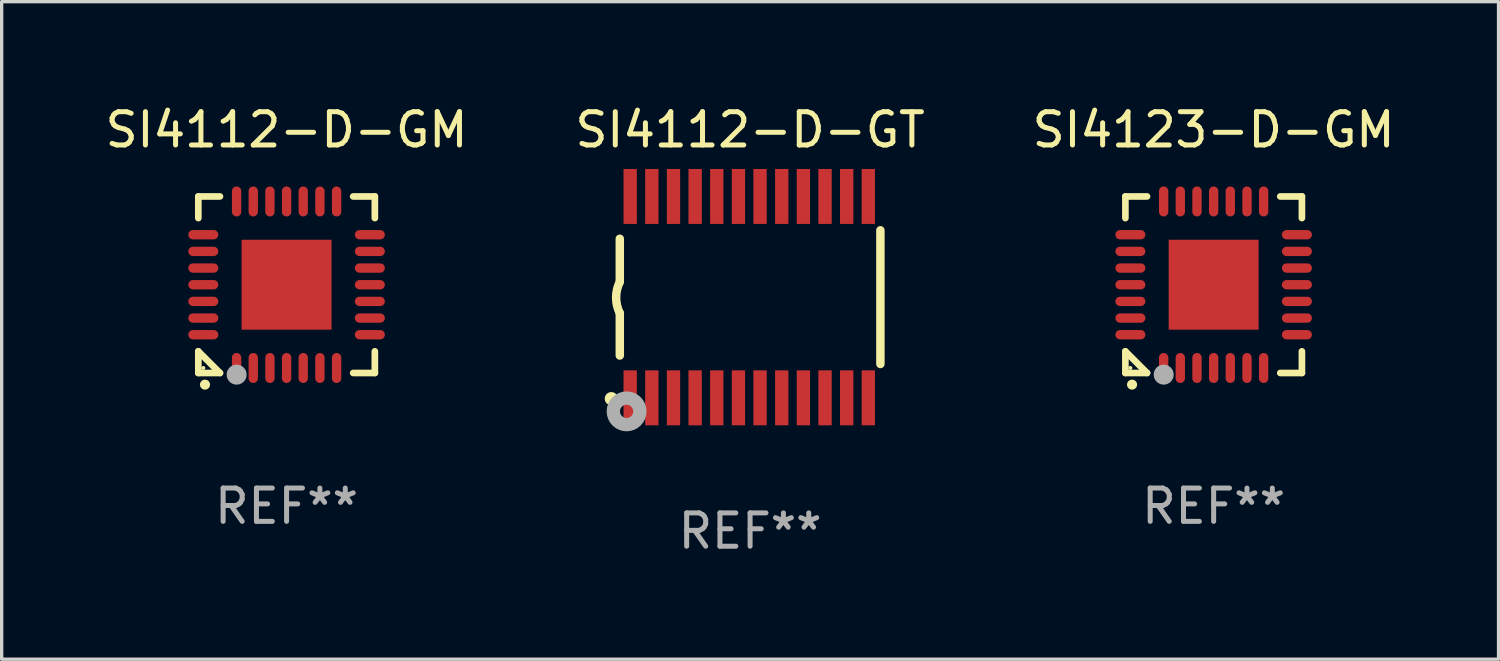
<source format=kicad_pcb>
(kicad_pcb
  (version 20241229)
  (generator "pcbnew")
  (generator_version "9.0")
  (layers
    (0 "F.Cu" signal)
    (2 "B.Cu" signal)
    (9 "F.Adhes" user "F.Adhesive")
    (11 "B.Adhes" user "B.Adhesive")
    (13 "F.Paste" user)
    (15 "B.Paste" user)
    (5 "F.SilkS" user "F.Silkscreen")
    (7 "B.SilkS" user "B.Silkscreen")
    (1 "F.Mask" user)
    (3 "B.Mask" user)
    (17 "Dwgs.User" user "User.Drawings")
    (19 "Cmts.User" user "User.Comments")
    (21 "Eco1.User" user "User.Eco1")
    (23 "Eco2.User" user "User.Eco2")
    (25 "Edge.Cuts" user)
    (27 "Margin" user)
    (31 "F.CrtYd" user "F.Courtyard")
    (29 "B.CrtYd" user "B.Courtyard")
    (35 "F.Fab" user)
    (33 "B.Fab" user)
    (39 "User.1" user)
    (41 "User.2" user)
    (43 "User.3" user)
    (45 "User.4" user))
  (footprint "SI4112-D-GM"
    (layer "F.Cu")
    (at 5.554 5.498)
    (property "Reference" "SI4112-D-GM" (at 0 -4.65 0) (layer "F.SilkS") (effects (font (size 1 1) (thickness 0.15))))
    (attr through_hole)
    (fp_line (start -2.65 -2.65) (end -2.65 -2) (stroke (width 0.2) (type solid)) (layer "F.SilkS"))
    (fp_line (start -2.65 2) (end -2 2.65) (stroke (width 0.2) (type solid)) (layer "F.SilkS"))
    (fp_line (start -2.65 2.65) (end -2.65 2) (stroke (width 0.2) (type solid)) (layer "F.SilkS"))
    (fp_line (start -2 -2.65) (end -2.65 -2.65) (stroke (width 0.2) (type solid)) (layer "F.SilkS"))
    (fp_line (start -2 2.65) (end -2.65 2.65) (stroke (width 0.2) (type solid)) (layer "F.SilkS"))
    (fp_line (start 2 2.65) (end 2.65 2.65) (stroke (width 0.2) (type solid)) (layer "F.SilkS"))
    (fp_line (start 2.65 -2.65) (end 2 -2.65) (stroke (width 0.2) (type solid)) (layer "F.SilkS"))
    (fp_line (start 2.65 -2) (end 2.65 -2.65) (stroke (width 0.2) (type solid)) (layer "F.SilkS"))
    (fp_line (start 2.65 2.65) (end 2.65 2) (stroke (width 0.2) (type solid)) (layer "F.SilkS"))
    (fp_arc (start -2.451105 2.999746) (mid -2.449835 2.999741) (end -2.448565 2.999746) (stroke (width 0.3) (type solid)) (layer "F.SilkS"))
    (fp_circle (center -2.5 2.5) (end -2.47 2.5) (stroke (width 0.06) (type solid)) (fill no) (layer "F.SilkS"))
    (fp_circle (center -1.5 2.7) (end -1.35 2.7) (stroke (width 0.3) (type solid)) (fill no) (layer "F.Fab"))
    (fp_text user "REF**" (at 0 6.65 0) (layer "F.Fab") (effects (font (size 1 1) (thickness 0.15))))
    (pad "1" smd oval (at -1.501 2.5 180) (size 0.28 0.9) (layers "F.Cu" "F.Mask" "F.Paste"))
    (pad "2" smd oval (at -1.001 2.5 180) (size 0.28 0.9) (layers "F.Cu" "F.Mask" "F.Paste"))
    (pad "3" smd oval (at -0.5 2.5 180) (size 0.28 0.9) (layers "F.Cu" "F.Mask" "F.Paste"))
    (pad "4" smd oval (at 0 2.5 180) (size 0.28 0.9) (layers "F.Cu" "F.Mask" "F.Paste"))
    (pad "5" smd oval (at 0.5 2.5 180) (size 0.28 0.9) (layers "F.Cu" "F.Mask" "F.Paste"))
    (pad "6" smd oval (at 1.001 2.5 180) (size 0.28 0.9) (layers "F.Cu" "F.Mask" "F.Paste"))
    (pad "7" smd oval (at 1.501 2.5 180) (size 0.28 0.9) (layers "F.Cu" "F.Mask" "F.Paste"))
    (pad "8" smd oval (at 2.5 1.501 90) (size 0.28 0.9) (layers "F.Cu" "F.Mask" "F.Paste"))
    (pad "9" smd oval (at 2.5 1.001 90) (size 0.28 0.9) (layers "F.Cu" "F.Mask" "F.Paste"))
    (pad "10" smd oval (at 2.5 0.5 90) (size 0.28 0.9) (layers "F.Cu" "F.Mask" "F.Paste"))
    (pad "11" smd oval (at 2.5 0 90) (size 0.28 0.9) (layers "F.Cu" "F.Mask" "F.Paste"))
    (pad "12" smd oval (at 2.5 -0.5 90) (size 0.28 0.9) (layers "F.Cu" "F.Mask" "F.Paste"))
    (pad "13" smd oval (at 2.5 -1.001 90) (size 0.28 0.9) (layers "F.Cu" "F.Mask" "F.Paste"))
    (pad "14" smd oval (at 2.5 -1.501 90) (size 0.28 0.9) (layers "F.Cu" "F.Mask" "F.Paste"))
    (pad "15" smd oval (at 1.501 -2.5 180) (size 0.28 0.9) (layers "F.Cu" "F.Mask" "F.Paste"))
    (pad "16" smd oval (at 1.001 -2.5 180) (size 0.28 0.9) (layers "F.Cu" "F.Mask" "F.Paste"))
    (pad "17" smd oval (at 0.5 -2.5 180) (size 0.28 0.9) (layers "F.Cu" "F.Mask" "F.Paste"))
    (pad "18" smd oval (at 0 -2.5 180) (size 0.28 0.9) (layers "F.Cu" "F.Mask" "F.Paste"))
    (pad "19" smd oval (at -0.5 -2.5 180) (size 0.28 0.9) (layers "F.Cu" "F.Mask" "F.Paste"))
    (pad "20" smd oval (at -1.001 -2.5 180) (size 0.28 0.9) (layers "F.Cu" "F.Mask" "F.Paste"))
    (pad "21" smd oval (at -1.501 -2.5 180) (size 0.28 0.9) (layers "F.Cu" "F.Mask" "F.Paste"))
    (pad "22" smd oval (at -2.5 -1.501 90) (size 0.28 0.9) (layers "F.Cu" "F.Mask" "F.Paste"))
    (pad "23" smd oval (at -2.5 -1.001 90) (size 0.28 0.9) (layers "F.Cu" "F.Mask" "F.Paste"))
    (pad "24" smd oval (at -2.5 -0.5 90) (size 0.28 0.9) (layers "F.Cu" "F.Mask" "F.Paste"))
    (pad "25" smd oval (at -2.5 0 90) (size 0.28 0.9) (layers "F.Cu" "F.Mask" "F.Paste"))
    (pad "26" smd oval (at -2.5 0.5 90) (size 0.28 0.9) (layers "F.Cu" "F.Mask" "F.Paste"))
    (pad "27" smd oval (at -2.5 1.001 90) (size 0.28 0.9) (layers "F.Cu" "F.Mask" "F.Paste"))
    (pad "28" smd oval (at -2.5 1.501 90) (size 0.28 0.9) (layers "F.Cu" "F.Mask" "F.Paste"))
    (pad "29" smd rect (at 0 0 90) (size 2.7 2.7) (layers "F.Cu" "F.Mask" "F.Paste")))
  (footprint "SI4123-D-GM"
    (layer "F.Cu")
    (at 33.387 5.498)
    (property "Reference" "SI4123-D-GM" (at 0 -4.65 0) (layer "F.SilkS") (effects (font (size 1 1) (thickness 0.15))))
    (attr through_hole)
    (fp_line (start -2.65 -2.65) (end -2.65 -2) (stroke (width 0.2) (type solid)) (layer "F.SilkS"))
    (fp_line (start -2.65 2) (end -2 2.65) (stroke (width 0.2) (type solid)) (layer "F.SilkS"))
    (fp_line (start -2.65 2.65) (end -2.65 2) (stroke (width 0.2) (type solid)) (layer "F.SilkS"))
    (fp_line (start -2 -2.65) (end -2.65 -2.65) (stroke (width 0.2) (type solid)) (layer "F.SilkS"))
    (fp_line (start -2 2.65) (end -2.65 2.65) (stroke (width 0.2) (type solid)) (layer "F.SilkS"))
    (fp_line (start 2 2.65) (end 2.65 2.65) (stroke (width 0.2) (type solid)) (layer "F.SilkS"))
    (fp_line (start 2.65 -2.65) (end 2 -2.65) (stroke (width 0.2) (type solid)) (layer "F.SilkS"))
    (fp_line (start 2.65 -2) (end 2.65 -2.65) (stroke (width 0.2) (type solid)) (layer "F.SilkS"))
    (fp_line (start 2.65 2.65) (end 2.65 2) (stroke (width 0.2) (type solid)) (layer "F.SilkS"))
    (fp_arc (start -2.451105 2.999746) (mid -2.449835 2.999741) (end -2.448565 2.999746) (stroke (width 0.3) (type solid)) (layer "F.SilkS"))
    (fp_circle (center -2.5 2.5) (end -2.47 2.5) (stroke (width 0.06) (type solid)) (fill no) (layer "F.SilkS"))
    (fp_circle (center -1.5 2.7) (end -1.35 2.7) (stroke (width 0.3) (type solid)) (fill no) (layer "F.Fab"))
    (fp_text user "REF**" (at 0 6.65 0) (layer "F.Fab") (effects (font (size 1 1) (thickness 0.15))))
    (pad "1" smd oval (at -1.501 2.5 180) (size 0.28 0.9) (layers "F.Cu" "F.Mask" "F.Paste"))
    (pad "2" smd oval (at -1.001 2.5 180) (size 0.28 0.9) (layers "F.Cu" "F.Mask" "F.Paste"))
    (pad "3" smd oval (at -0.5 2.5 180) (size 0.28 0.9) (layers "F.Cu" "F.Mask" "F.Paste"))
    (pad "4" smd oval (at 0 2.5 180) (size 0.28 0.9) (layers "F.Cu" "F.Mask" "F.Paste"))
    (pad "5" smd oval (at 0.5 2.5 180) (size 0.28 0.9) (layers "F.Cu" "F.Mask" "F.Paste"))
    (pad "6" smd oval (at 1.001 2.5 180) (size 0.28 0.9) (layers "F.Cu" "F.Mask" "F.Paste"))
    (pad "7" smd oval (at 1.501 2.5 180) (size 0.28 0.9) (layers "F.Cu" "F.Mask" "F.Paste"))
    (pad "8" smd oval (at 2.5 1.501 90) (size 0.28 0.9) (layers "F.Cu" "F.Mask" "F.Paste"))
    (pad "9" smd oval (at 2.5 1.001 90) (size 0.28 0.9) (layers "F.Cu" "F.Mask" "F.Paste"))
    (pad "10" smd oval (at 2.5 0.5 90) (size 0.28 0.9) (layers "F.Cu" "F.Mask" "F.Paste"))
    (pad "11" smd oval (at 2.5 0 90) (size 0.28 0.9) (layers "F.Cu" "F.Mask" "F.Paste"))
    (pad "12" smd oval (at 2.5 -0.5 90) (size 0.28 0.9) (layers "F.Cu" "F.Mask" "F.Paste"))
    (pad "13" smd oval (at 2.5 -1.001 90) (size 0.28 0.9) (layers "F.Cu" "F.Mask" "F.Paste"))
    (pad "14" smd oval (at 2.5 -1.501 90) (size 0.28 0.9) (layers "F.Cu" "F.Mask" "F.Paste"))
    (pad "15" smd oval (at 1.501 -2.5 180) (size 0.28 0.9) (layers "F.Cu" "F.Mask" "F.Paste"))
    (pad "16" smd oval (at 1.001 -2.5 180) (size 0.28 0.9) (layers "F.Cu" "F.Mask" "F.Paste"))
    (pad "17" smd oval (at 0.5 -2.5 180) (size 0.28 0.9) (layers "F.Cu" "F.Mask" "F.Paste"))
    (pad "18" smd oval (at 0 -2.5 180) (size 0.28 0.9) (layers "F.Cu" "F.Mask" "F.Paste"))
    (pad "19" smd oval (at -0.5 -2.5 180) (size 0.28 0.9) (layers "F.Cu" "F.Mask" "F.Paste"))
    (pad "20" smd oval (at -1.001 -2.5 180) (size 0.28 0.9) (layers "F.Cu" "F.Mask" "F.Paste"))
    (pad "21" smd oval (at -1.501 -2.5 180) (size 0.28 0.9) (layers "F.Cu" "F.Mask" "F.Paste"))
    (pad "22" smd oval (at -2.5 -1.501 90) (size 0.28 0.9) (layers "F.Cu" "F.Mask" "F.Paste"))
    (pad "23" smd oval (at -2.5 -1.001 90) (size 0.28 0.9) (layers "F.Cu" "F.Mask" "F.Paste"))
    (pad "24" smd oval (at -2.5 -0.5 90) (size 0.28 0.9) (layers "F.Cu" "F.Mask" "F.Paste"))
    (pad "25" smd oval (at -2.5 0 90) (size 0.28 0.9) (layers "F.Cu" "F.Mask" "F.Paste"))
    (pad "26" smd oval (at -2.5 0.5 90) (size 0.28 0.9) (layers "F.Cu" "F.Mask" "F.Paste"))
    (pad "27" smd oval (at -2.5 1.001 90) (size 0.28 0.9) (layers "F.Cu" "F.Mask" "F.Paste"))
    (pad "28" smd oval (at -2.5 1.501 90) (size 0.28 0.9) (layers "F.Cu" "F.Mask" "F.Paste"))
    (pad "29" smd rect (at 0 0 90) (size 2.7 2.7) (layers "F.Cu" "F.Mask" "F.Paste")))
  (footprint "SI4112-D-GT"
    (layer "F.Cu")
    (at 19.47 5.871)
    (property "Reference" "SI4112-D-GT" (at 0 -5.023 0) (layer "F.SilkS") (effects (font (size 1 1) (thickness 0.15))))
    (attr through_hole)
    (fp_line (start -3.912 -0.483) (end -3.912 -1.753) (stroke (width 0.254) (type solid)) (layer "F.SilkS"))
    (fp_line (start -3.912 1.753) (end -3.912 0.483) (stroke (width 0.254) (type solid)) (layer "F.SilkS"))
    (fp_line (start 3.912 -2.007) (end 3.912 2.007) (stroke (width 0.254) (type solid)) (layer "F.SilkS"))
    (fp_arc (start -3.911608 0.482601) (mid -4.022537 0.0127) (end -3.911608 -0.457201) (stroke (width 0.254001) (type solid)) (layer "F.SilkS"))
    (fp_circle (center -4.166 3.048) (end -4.066 3.048) (stroke (width 0.2) (type solid)) (fill no) (layer "F.SilkS"))
    (fp_circle (center -3.925 3.186) (end -3.895 3.186) (stroke (width 0.06) (type solid)) (fill no) (layer "F.SilkS"))
    (fp_circle (center -3.708 3.429) (end -3.509 3.429) (stroke (width 0.4) (type solid)) (fill no) (layer "F.Fab"))
    (fp_text user "REF**" (at 0 7.023 0) (layer "F.Fab") (effects (font (size 1 1) (thickness 0.15))))
    (pad "1" smd rect (at -3.6 3.023) (size 0.4 1.65) (layers "F.Cu" "F.Mask" "F.Paste"))
    (pad "2" smd rect (at -2.95 3.023) (size 0.4 1.65) (layers "F.Cu" "F.Mask" "F.Paste"))
    (pad "3" smd rect (at -2.3 3.023) (size 0.4 1.65) (layers "F.Cu" "F.Mask" "F.Paste"))
    (pad "4" smd rect (at -1.65 3.023) (size 0.4 1.65) (layers "F.Cu" "F.Mask" "F.Paste"))
    (pad "5" smd rect (at -1 3.023) (size 0.4 1.65) (layers "F.Cu" "F.Mask" "F.Paste"))
    (pad "6" smd rect (at -0.35 3.023) (size 0.4 1.65) (layers "F.Cu" "F.Mask" "F.Paste"))
    (pad "7" smd rect (at 0.299 3.023) (size 0.4 1.65) (layers "F.Cu" "F.Mask" "F.Paste"))
    (pad "8" smd rect (at 0.95 3.023) (size 0.4 1.65) (layers "F.Cu" "F.Mask" "F.Paste"))
    (pad "9" smd rect (at 1.6 3.023) (size 0.4 1.65) (layers "F.Cu" "F.Mask" "F.Paste"))
    (pad "10" smd rect (at 2.25 3.023) (size 0.4 1.65) (layers "F.Cu" "F.Mask" "F.Paste"))
    (pad "11" smd rect (at 2.9 3.023) (size 0.4 1.65) (layers "F.Cu" "F.Mask" "F.Paste"))
    (pad "12" smd rect (at 3.549 3.023) (size 0.4 1.65) (layers "F.Cu" "F.Mask" "F.Paste"))
    (pad "13" smd rect (at 3.549 -3.023) (size 0.4 1.65) (layers "F.Cu" "F.Mask" "F.Paste"))
    (pad "14" smd rect (at 2.9 -3.023) (size 0.4 1.65) (layers "F.Cu" "F.Mask" "F.Paste"))
    (pad "15" smd rect (at 2.25 -3.023) (size 0.4 1.65) (layers "F.Cu" "F.Mask" "F.Paste"))
    (pad "16" smd rect (at 1.6 -3.023) (size 0.4 1.65) (layers "F.Cu" "F.Mask" "F.Paste"))
    (pad "17" smd rect (at 0.95 -3.023) (size 0.4 1.65) (layers "F.Cu" "F.Mask" "F.Paste"))
    (pad "18" smd rect (at 0.299 -3.023) (size 0.4 1.65) (layers "F.Cu" "F.Mask" "F.Paste"))
    (pad "19" smd rect (at -0.35 -3.023) (size 0.4 1.65) (layers "F.Cu" "F.Mask" "F.Paste"))
    (pad "20" smd rect (at -1 -3.023) (size 0.4 1.65) (layers "F.Cu" "F.Mask" "F.Paste"))
    (pad "21" smd rect (at -1.65 -3.023) (size 0.4 1.65) (layers "F.Cu" "F.Mask" "F.Paste"))
    (pad "22" smd rect (at -2.3 -3.023) (size 0.4 1.65) (layers "F.Cu" "F.Mask" "F.Paste"))
    (pad "23" smd rect (at -2.95 -3.023) (size 0.4 1.65) (layers "F.Cu" "F.Mask" "F.Paste"))
    (pad "24" smd rect (at -3.6 -3.023) (size 0.4 1.65) (layers "F.Cu" "F.Mask" "F.Paste")))
  (gr_rect
    (start -3 -3)
    (end 41.94 16.742)
    (stroke (width 0.1) (type default))
    (fill no)
    (layer "Edge.Cuts")))
</source>
